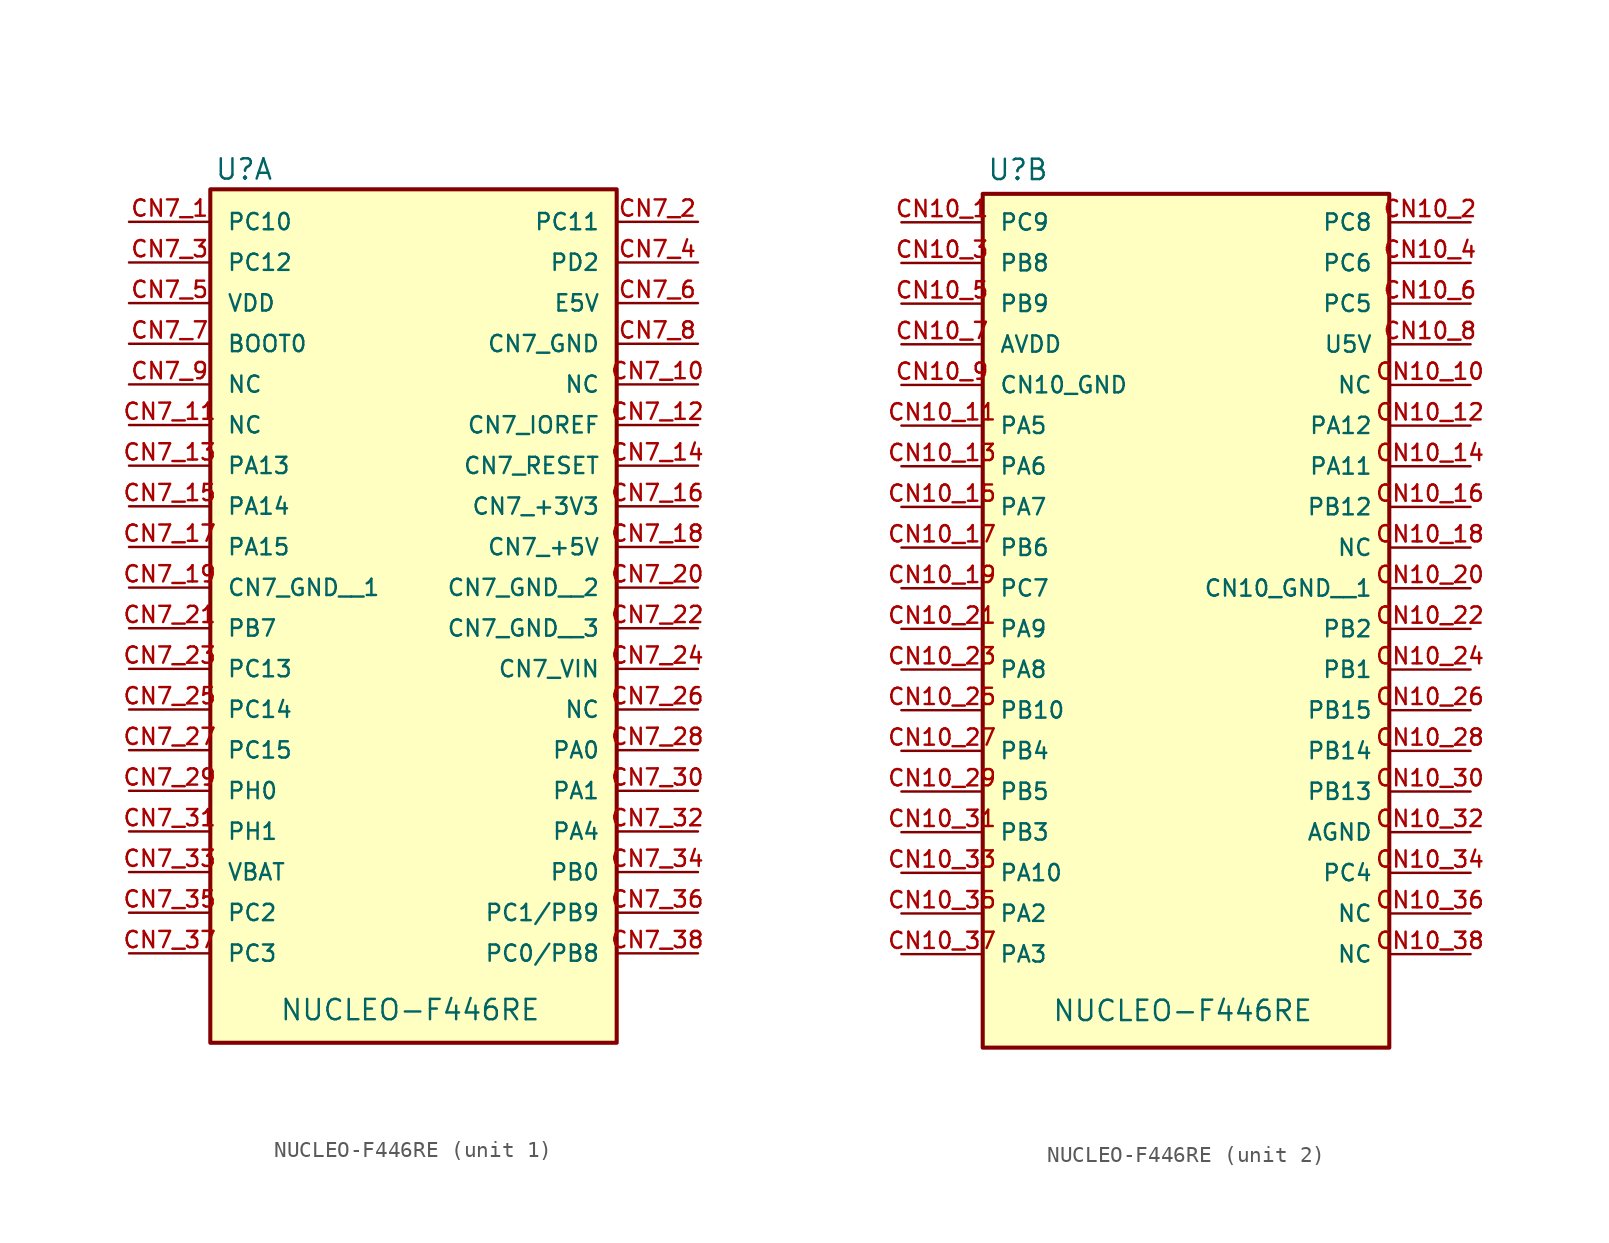
<source format=kicad_sym>
(kicad_symbol_lib
  (version 20241209)
  (generator "kicad_symbol_editor")
  (generator_version "9.0")
  (symbol "NUCLEO-F446RE"
    (pin_names
      (offset 1.016))
    (property "Reference" "U"
      (at -12.446 26.67 0)
      (effects (font (size 1.27 1.27)) (justify left bottom)))
    (property "Value" "NUCLEO-F446RE"
      (at -8.382 -24.384 0)
      (effects (font (size 1.27 1.27)) (justify left top)))
    (symbol "NUCLEO-F446RE_1_0"
      (rectangle (start -12.7 26.162) (end 12.7 -27.178) (stroke (width 0.254) (type default)) (fill (type background)))
      (pin bidirectional line (at -17.78 24.13 0) (length 5.08) (name "PC10" (effects (font (size 1.016 1.016)))) (number "CN7_1" (effects (font (size 1.016 1.016)))))
      (pin bidirectional line (at -17.78 21.59 0) (length 5.08) (name "PC12" (effects (font (size 1.016 1.016)))) (number "CN7_3" (effects (font (size 1.016 1.016)))))
      (pin power_in line (at -17.78 19.05 0) (length 5.08) (name "VDD" (effects (font (size 1.016 1.016)))) (number "CN7_5" (effects (font (size 1.016 1.016)))))
      (pin bidirectional line (at -17.78 16.51 0) (length 5.08) (name "BOOT0" (effects (font (size 1.016 1.016)))) (number "CN7_7" (effects (font (size 1.016 1.016)))))
      (pin free line (at -17.78 13.97 0) (length 5.08) (name "NC" (effects (font (size 1.016 1.016)))) (number "CN7_9" (effects (font (size 1.016 1.016)))))
      (pin free line (at -17.78 11.43 0) (length 5.08) (name "NC" (effects (font (size 1.016 1.016)))) (number "CN7_11" (effects (font (size 1.016 1.016)))))
      (pin bidirectional line (at -17.78 8.89 0) (length 5.08) (name "PA13" (effects (font (size 1.016 1.016)))) (number "CN7_13" (effects (font (size 1.016 1.016)))))
      (pin bidirectional line (at -17.78 6.35 0) (length 5.08) (name "PA14" (effects (font (size 1.016 1.016)))) (number "CN7_15" (effects (font (size 1.016 1.016)))))
      (pin bidirectional line (at -17.78 3.81 0) (length 5.08) (name "PA15" (effects (font (size 1.016 1.016)))) (number "CN7_17" (effects (font (size 1.016 1.016)))))
      (pin power_in line (at -17.78 1.27 0) (length 5.08) (name "CN7_GND__1" (effects (font (size 1.016 1.016)))) (number "CN7_19" (effects (font (size 1.016 1.016)))))
      (pin bidirectional line (at -17.78 -1.27 0) (length 5.08) (name "PB7" (effects (font (size 1.016 1.016)))) (number "CN7_21" (effects (font (size 1.016 1.016)))))
      (pin bidirectional line (at -17.78 -3.81 0) (length 5.08) (name "PC13" (effects (font (size 1.016 1.016)))) (number "CN7_23" (effects (font (size 1.016 1.016)))))
      (pin bidirectional line (at -17.78 -6.35 0) (length 5.08) (name "PC14" (effects (font (size 1.016 1.016)))) (number "CN7_25" (effects (font (size 1.016 1.016)))))
      (pin bidirectional line (at -17.78 -8.89 0) (length 5.08) (name "PC15" (effects (font (size 1.016 1.016)))) (number "CN7_27" (effects (font (size 1.016 1.016)))))
      (pin bidirectional line (at -17.78 -11.43 0) (length 5.08) (name "PH0" (effects (font (size 1.016 1.016)))) (number "CN7_29" (effects (font (size 1.016 1.016)))))
      (pin bidirectional line (at -17.78 -13.97 0) (length 5.08) (name "PH1" (effects (font (size 1.016 1.016)))) (number "CN7_31" (effects (font (size 1.016 1.016)))))
      (pin power_in line (at -17.78 -16.51 0) (length 5.08) (name "VBAT" (effects (font (size 1.016 1.016)))) (number "CN7_33" (effects (font (size 1.016 1.016)))))
      (pin bidirectional line (at -17.78 -19.05 0) (length 5.08) (name "PC2" (effects (font (size 1.016 1.016)))) (number "CN7_35" (effects (font (size 1.016 1.016)))))
      (pin bidirectional line (at -17.78 -21.59 0) (length 5.08) (name "PC3" (effects (font (size 1.016 1.016)))) (number "CN7_37" (effects (font (size 1.016 1.016)))))
      (pin bidirectional line (at 17.78 24.13 180) (length 5.08) (name "PC11" (effects (font (size 1.016 1.016)))) (number "CN7_2" (effects (font (size 1.016 1.016)))))
      (pin bidirectional line (at 17.78 21.59 180) (length 5.08) (name "PD2" (effects (font (size 1.016 1.016)))) (number "CN7_4" (effects (font (size 1.016 1.016)))))
      (pin power_in line (at 17.78 19.05 180) (length 5.08) (name "E5V" (effects (font (size 1.016 1.016)))) (number "CN7_6" (effects (font (size 1.016 1.016)))))
      (pin power_in line (at 17.78 16.51 180) (length 5.08) (name "CN7_GND" (effects (font (size 1.016 1.016)))) (number "CN7_8" (effects (font (size 1.016 1.016)))))
      (pin free line (at 17.78 13.97 180) (length 5.08) (name "NC" (effects (font (size 1.016 1.016)))) (number "CN7_10" (effects (font (size 1.016 1.016)))))
      (pin bidirectional line (at 17.78 11.43 180) (length 5.08) (name "CN7_IOREF" (effects (font (size 1.016 1.016)))) (number "CN7_12" (effects (font (size 1.016 1.016)))))
      (pin bidirectional line (at 17.78 8.89 180) (length 5.08) (name "CN7_RESET" (effects (font (size 1.016 1.016)))) (number "CN7_14" (effects (font (size 1.016 1.016)))))
      (pin power_out line (at 17.78 6.35 180) (length 5.08) (name "CN7_+3V3" (effects (font (size 1.016 1.016)))) (number "CN7_16" (effects (font (size 1.016 1.016)))))
      (pin power_in line (at 17.78 3.81 180) (length 5.08) (name "CN7_+5V" (effects (font (size 1.016 1.016)))) (number "CN7_18" (effects (font (size 1.016 1.016)))))
      (pin power_in line (at 17.78 1.27 180) (length 5.08) (name "CN7_GND__2" (effects (font (size 1.016 1.016)))) (number "CN7_20" (effects (font (size 1.016 1.016)))))
      (pin power_in line (at 17.78 -1.27 180) (length 5.08) (name "CN7_GND__3" (effects (font (size 1.016 1.016)))) (number "CN7_22" (effects (font (size 1.016 1.016)))))
      (pin power_in line (at 17.78 -3.81 180) (length 5.08) (name "CN7_VIN" (effects (font (size 1.016 1.016)))) (number "CN7_24" (effects (font (size 1.016 1.016)))))
      (pin free line (at 17.78 -6.35 180) (length 5.08) (name "NC" (effects (font (size 1.016 1.016)))) (number "CN7_26" (effects (font (size 1.016 1.016)))))
      (pin bidirectional line (at 17.78 -8.89 180) (length 5.08) (name "PA0" (effects (font (size 1.016 1.016)))) (number "CN7_28" (effects (font (size 1.016 1.016)))))
      (pin bidirectional line (at 17.78 -11.43 180) (length 5.08) (name "PA1" (effects (font (size 1.016 1.016)))) (number "CN7_30" (effects (font (size 1.016 1.016)))))
      (pin bidirectional line (at 17.78 -13.97 180) (length 5.08) (name "PA4" (effects (font (size 1.016 1.016)))) (number "CN7_32" (effects (font (size 1.016 1.016)))))
      (pin bidirectional line (at 17.78 -16.51 180) (length 5.08) (name "PB0" (effects (font (size 1.016 1.016)))) (number "CN7_34" (effects (font (size 1.016 1.016)))))
      (pin bidirectional line (at 17.78 -19.05 180) (length 5.08) (name "PC1/PB9" (effects (font (size 1.016 1.016)))) (number "CN7_36" (effects (font (size 1.016 1.016)))))
      (pin bidirectional line (at 17.78 -21.59 180) (length 5.08) (name "PC0/PB8" (effects (font (size 1.016 1.016)))) (number "CN7_38" (effects (font (size 1.016 1.016))))))
    (symbol "NUCLEO-F446RE_2_0"
      (rectangle (start -12.7 25.908) (end 12.7 -27.432) (stroke (width 0.254) (type default)) (fill (type background)))
      (pin bidirectional line (at -17.78 24.13 0) (length 5.08) (name "PC9" (effects (font (size 1.016 1.016)))) (number "CN10_1" (effects (font (size 1.016 1.016)))))
      (pin bidirectional line (at -17.78 21.59 0) (length 5.08) (name "PB8" (effects (font (size 1.016 1.016)))) (number "CN10_3" (effects (font (size 1.016 1.016)))))
      (pin bidirectional line (at -17.78 19.05 0) (length 5.08) (name "PB9" (effects (font (size 1.016 1.016)))) (number "CN10_5" (effects (font (size 1.016 1.016)))))
      (pin power_in line (at -17.78 16.51 0) (length 5.08) (name "AVDD" (effects (font (size 1.016 1.016)))) (number "CN10_7" (effects (font (size 1.016 1.016)))))
      (pin power_in line (at -17.78 13.97 0) (length 5.08) (name "CN10_GND" (effects (font (size 1.016 1.016)))) (number "CN10_9" (effects (font (size 1.016 1.016)))))
      (pin bidirectional line (at -17.78 11.43 0) (length 5.08) (name "PA5" (effects (font (size 1.016 1.016)))) (number "CN10_11" (effects (font (size 1.016 1.016)))))
      (pin bidirectional line (at -17.78 8.89 0) (length 5.08) (name "PA6" (effects (font (size 1.016 1.016)))) (number "CN10_13" (effects (font (size 1.016 1.016)))))
      (pin bidirectional line (at -17.78 6.35 0) (length 5.08) (name "PA7" (effects (font (size 1.016 1.016)))) (number "CN10_15" (effects (font (size 1.016 1.016)))))
      (pin bidirectional line (at -17.78 3.81 0) (length 5.08) (name "PB6" (effects (font (size 1.016 1.016)))) (number "CN10_17" (effects (font (size 1.016 1.016)))))
      (pin bidirectional line (at -17.78 1.27 0) (length 5.08) (name "PC7" (effects (font (size 1.016 1.016)))) (number "CN10_19" (effects (font (size 1.016 1.016)))))
      (pin bidirectional line (at -17.78 -1.27 0) (length 5.08) (name "PA9" (effects (font (size 1.016 1.016)))) (number "CN10_21" (effects (font (size 1.016 1.016)))))
      (pin bidirectional line (at -17.78 -3.81 0) (length 5.08) (name "PA8" (effects (font (size 1.016 1.016)))) (number "CN10_23" (effects (font (size 1.016 1.016)))))
      (pin bidirectional line (at -17.78 -6.35 0) (length 5.08) (name "PB10" (effects (font (size 1.016 1.016)))) (number "CN10_25" (effects (font (size 1.016 1.016)))))
      (pin bidirectional line (at -17.78 -8.89 0) (length 5.08) (name "PB4" (effects (font (size 1.016 1.016)))) (number "CN10_27" (effects (font (size 1.016 1.016)))))
      (pin bidirectional line (at -17.78 -11.43 0) (length 5.08) (name "PB5" (effects (font (size 1.016 1.016)))) (number "CN10_29" (effects (font (size 1.016 1.016)))))
      (pin bidirectional line (at -17.78 -13.97 0) (length 5.08) (name "PB3" (effects (font (size 1.016 1.016)))) (number "CN10_31" (effects (font (size 1.016 1.016)))))
      (pin bidirectional line (at -17.78 -16.51 0) (length 5.08) (name "PA10" (effects (font (size 1.016 1.016)))) (number "CN10_33" (effects (font (size 1.016 1.016)))))
      (pin bidirectional line (at -17.78 -19.05 0) (length 5.08) (name "PA2" (effects (font (size 1.016 1.016)))) (number "CN10_35" (effects (font (size 1.016 1.016)))))
      (pin bidirectional line (at -17.78 -21.59 0) (length 5.08) (name "PA3" (effects (font (size 1.016 1.016)))) (number "CN10_37" (effects (font (size 1.016 1.016)))))
      (pin bidirectional line (at 17.78 24.13 180) (length 5.08) (name "PC8" (effects (font (size 1.016 1.016)))) (number "CN10_2" (effects (font (size 1.016 1.016)))))
      (pin bidirectional line (at 17.78 21.59 180) (length 5.08) (name "PC6" (effects (font (size 1.016 1.016)))) (number "CN10_4" (effects (font (size 1.016 1.016)))))
      (pin bidirectional line (at 17.78 19.05 180) (length 5.08) (name "PC5" (effects (font (size 1.016 1.016)))) (number "CN10_6" (effects (font (size 1.016 1.016)))))
      (pin power_in line (at 17.78 16.51 180) (length 5.08) (name "U5V" (effects (font (size 1.016 1.016)))) (number "CN10_8" (effects (font (size 1.016 1.016)))))
      (pin free line (at 17.78 13.97 180) (length 5.08) (name "NC" (effects (font (size 1.016 1.016)))) (number "CN10_10" (effects (font (size 1.016 1.016)))))
      (pin bidirectional line (at 17.78 11.43 180) (length 5.08) (name "PA12" (effects (font (size 1.016 1.016)))) (number "CN10_12" (effects (font (size 1.016 1.016)))))
      (pin bidirectional line (at 17.78 8.89 180) (length 5.08) (name "PA11" (effects (font (size 1.016 1.016)))) (number "CN10_14" (effects (font (size 1.016 1.016)))))
      (pin bidirectional line (at 17.78 6.35 180) (length 5.08) (name "PB12" (effects (font (size 1.016 1.016)))) (number "CN10_16" (effects (font (size 1.016 1.016)))))
      (pin free line (at 17.78 3.81 180) (length 5.08) (name "NC" (effects (font (size 1.016 1.016)))) (number "CN10_18" (effects (font (size 1.016 1.016)))))
      (pin power_in line (at 17.78 1.27 180) (length 5.08) (name "CN10_GND__1" (effects (font (size 1.016 1.016)))) (number "CN10_20" (effects (font (size 1.016 1.016)))))
      (pin bidirectional line (at 17.78 -1.27 180) (length 5.08) (name "PB2" (effects (font (size 1.016 1.016)))) (number "CN10_22" (effects (font (size 1.016 1.016)))))
      (pin bidirectional line (at 17.78 -3.81 180) (length 5.08) (name "PB1" (effects (font (size 1.016 1.016)))) (number "CN10_24" (effects (font (size 1.016 1.016)))))
      (pin bidirectional line (at 17.78 -6.35 180) (length 5.08) (name "PB15" (effects (font (size 1.016 1.016)))) (number "CN10_26" (effects (font (size 1.016 1.016)))))
      (pin bidirectional line (at 17.78 -8.89 180) (length 5.08) (name "PB14" (effects (font (size 1.016 1.016)))) (number "CN10_28" (effects (font (size 1.016 1.016)))))
      (pin bidirectional line (at 17.78 -11.43 180) (length 5.08) (name "PB13" (effects (font (size 1.016 1.016)))) (number "CN10_30" (effects (font (size 1.016 1.016)))))
      (pin power_in line (at 17.78 -13.97 180) (length 5.08) (name "AGND" (effects (font (size 1.016 1.016)))) (number "CN10_32" (effects (font (size 1.016 1.016)))))
      (pin bidirectional line (at 17.78 -16.51 180) (length 5.08) (name "PC4" (effects (font (size 1.016 1.016)))) (number "CN10_34" (effects (font (size 1.016 1.016)))))
      (pin free line (at 17.78 -19.05 180) (length 5.08) (name "NC" (effects (font (size 1.016 1.016)))) (number "CN10_36" (effects (font (size 1.016 1.016)))))
      (pin free line (at 17.78 -21.59 180) (length 5.08) (name "NC" (effects (font (size 1.016 1.016)))) (number "CN10_38" (effects (font (size 1.016 1.016))))))))
</source>
